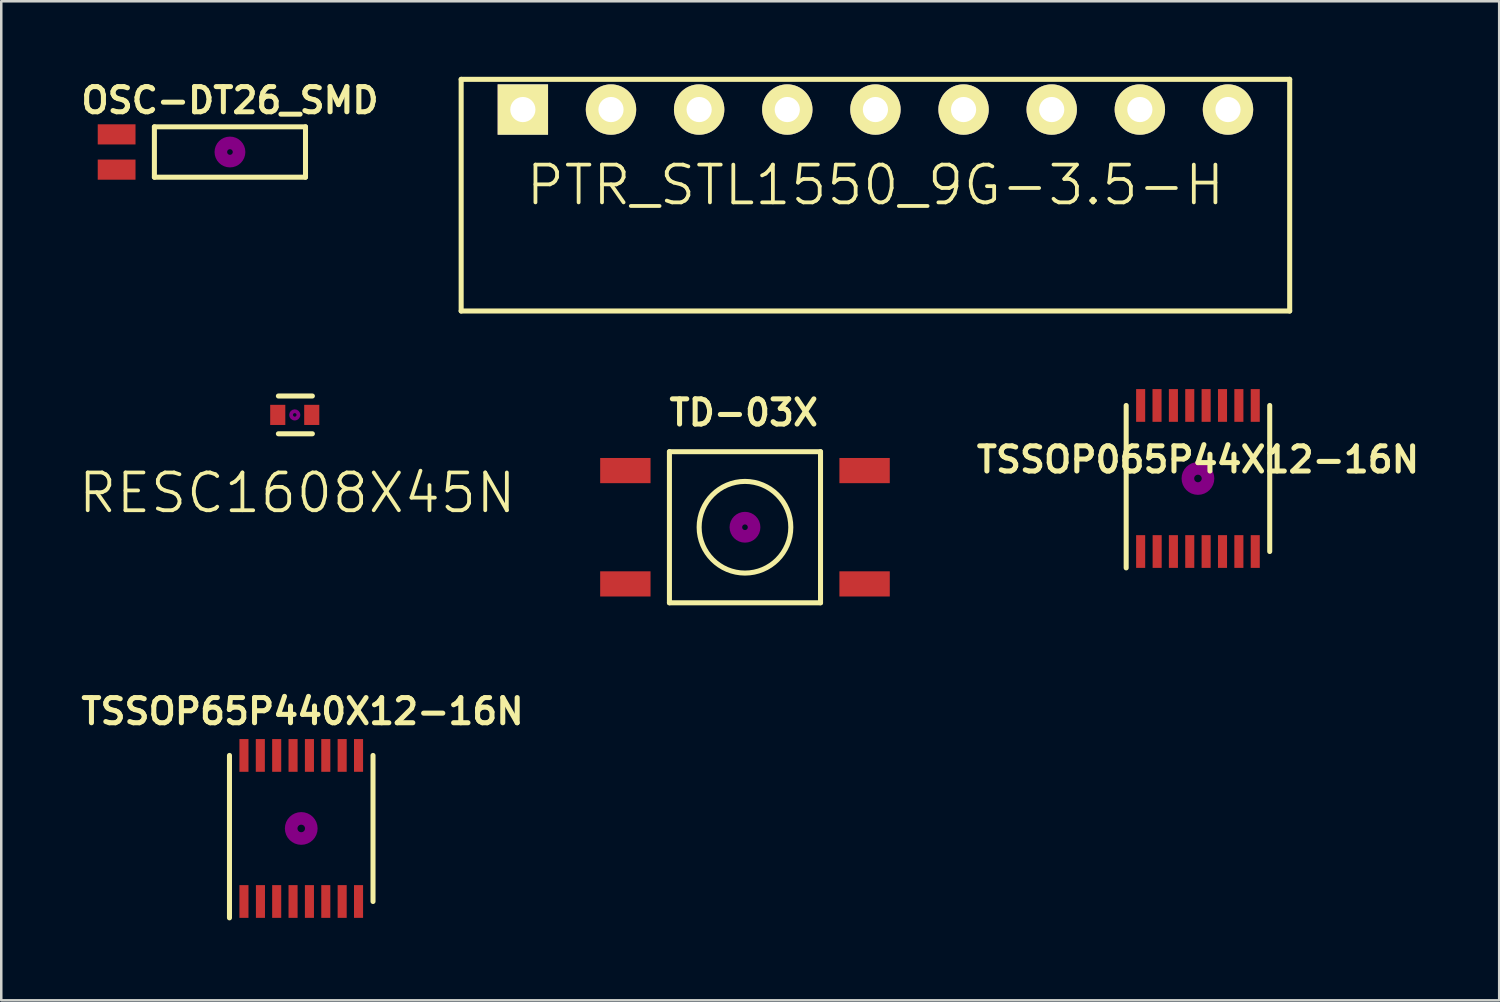
<source format=kicad_pcb>
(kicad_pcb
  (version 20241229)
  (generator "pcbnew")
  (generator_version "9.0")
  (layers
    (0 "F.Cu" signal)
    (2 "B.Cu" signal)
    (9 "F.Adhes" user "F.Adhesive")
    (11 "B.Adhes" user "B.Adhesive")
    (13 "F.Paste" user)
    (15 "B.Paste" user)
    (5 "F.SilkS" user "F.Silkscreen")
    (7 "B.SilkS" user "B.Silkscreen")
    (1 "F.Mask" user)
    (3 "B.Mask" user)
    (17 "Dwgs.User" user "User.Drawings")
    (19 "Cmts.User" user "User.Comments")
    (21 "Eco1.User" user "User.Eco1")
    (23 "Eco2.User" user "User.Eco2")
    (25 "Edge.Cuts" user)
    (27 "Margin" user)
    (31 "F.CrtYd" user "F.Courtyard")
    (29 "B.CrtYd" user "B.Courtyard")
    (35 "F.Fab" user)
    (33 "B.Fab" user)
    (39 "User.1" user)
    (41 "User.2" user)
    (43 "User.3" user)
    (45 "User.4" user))
  (footprint "TD-03X"
    (layer "F.Cu")
    (at 26.532 17.886)
    (property "Reference" "TD-03X" (at -0.05 -4.55 0) (layer "F.SilkS") (effects (font (size 1 1) (thickness 0.2))))
    (attr through_hole)
    (fp_line (start -3 -3) (end 3 -3) (stroke (width 0.2) (type solid)) (layer "F.SilkS"))
    (fp_line (start -3 3) (end -3 -3) (stroke (width 0.2) (type solid)) (layer "F.SilkS"))
    (fp_line (start 3 -3) (end 3 3) (stroke (width 0.2) (type solid)) (layer "F.SilkS"))
    (fp_line (start 3 3) (end -3 3) (stroke (width 0.2) (type solid)) (layer "F.SilkS"))
    (fp_circle (center 0 0) (end 1.75 -0.5) (stroke (width 0.2) (type solid)) (fill no) (layer "F.SilkS"))
    (fp_circle (center 0 0) (end 0.1 -0.05) (stroke (width 0.5) (type solid)) (fill no) (layer "F.Adhes"))
    (fp_line (start -6 -3.35) (end 6 -3.35) (stroke (width 0.05) (type solid)) (layer "Margin"))
    (fp_line (start -6 3.35) (end -6 -3.35) (stroke (width 0.05) (type solid)) (layer "Margin"))
    (fp_line (start 6 -3.35) (end 6 3.35) (stroke (width 0.05) (type solid)) (layer "Margin"))
    (fp_line (start 6 3.35) (end -6 3.35) (stroke (width 0.05) (type solid)) (layer "Margin"))
    (pad "1" smd rect (at -4.75 -2.25) (size 2 1) (layers "F.Cu" "F.Mask" "F.Paste"))
    (pad "1" smd rect (at 4.75 -2.25) (size 2 1) (layers "F.Cu" "F.Mask" "F.Paste"))
    (pad "2" smd rect (at -4.75 2.25) (size 2 1) (layers "F.Cu" "F.Mask" "F.Paste"))
    (pad "2" smd rect (at 4.75 2.25) (size 2 1) (layers "F.Cu" "F.Mask" "F.Paste")))
  (footprint "PTR_STL1550_9G-3.5-H"
    (layer "F.Cu")
    (at 31.712 1.3)
    (property "Reference" "PTR_STL1550_9G-3.5-H" (at 0 3 0) (layer "F.SilkS") (effects (font (size 1.5 1.5) (thickness 0.15))))
    (attr through_hole)
    (fp_line (start -16.45 -1.2) (end -16.45 8) (stroke (width 0.2) (type solid)) (layer "F.SilkS"))
    (fp_line (start -16.45 -1.2) (end 16.45 -1.2) (stroke (width 0.2) (type solid)) (layer "F.SilkS"))
    (fp_line (start 16.45 8) (end -16.45 8) (stroke (width 0.2) (type solid)) (layer "F.SilkS"))
    (fp_line (start 16.45 8) (end 16.45 -1.2) (stroke (width 0.2) (type solid)) (layer "F.SilkS"))
    (pad "1" thru_hole rect (at -14 0) (size 2 2) (drill 1) (layers "*.Cu" "*.Mask" "F.SilkS"))
    (pad "2" thru_hole circle (at -10.5 0) (size 2 2) (drill 1) (layers "*.Cu" "*.Mask" "F.SilkS"))
    (pad "3" thru_hole circle (at -7 0) (size 2 2) (drill 1) (layers "*.Cu" "*.Mask" "F.SilkS"))
    (pad "4" thru_hole circle (at -3.5 0) (size 2 2) (drill 1) (layers "*.Cu" "*.Mask" "F.SilkS"))
    (pad "5" thru_hole circle (at 0 0) (size 2 2) (drill 1) (layers "*.Cu" "*.Mask" "F.SilkS"))
    (pad "6" thru_hole circle (at 3.5 0) (size 2 2) (drill 1) (layers "*.Cu" "*.Mask" "F.SilkS"))
    (pad "7" thru_hole circle (at 7 0) (size 2 2) (drill 1) (layers "*.Cu" "*.Mask" "F.SilkS"))
    (pad "8" thru_hole circle (at 10.5 0) (size 2 2) (drill 1) (layers "*.Cu" "*.Mask" "F.SilkS"))
    (pad "9" thru_hole circle (at 14 0) (size 2 2) (drill 1) (layers "*.Cu" "*.Mask" "F.SilkS")))
  (footprint "TSSOP65P440X12-16N"
    (layer "F.Cu")
    (at 8.912 29.847)
    (property "Reference" "TSSOP65P440X12-16N" (at 0.05 -4.65 0) (layer "F.SilkS") (effects (font (size 1 1) (thickness 0.2))))
    (attr smd)
    (fp_line (start -2.85 3.55) (end -2.85 -2.9) (stroke (width 0.2) (type solid)) (layer "F.SilkS"))
    (fp_line (start 2.85 -2.9) (end 2.85 2.9) (stroke (width 0.2) (type solid)) (layer "F.SilkS"))
    (fp_circle (center 0 0) (end 0.15 0) (stroke (width 0.5) (type solid)) (fill no) (layer "F.Adhes"))
    (fp_line (start -3.2 -3.8) (end 3.2 -3.8) (stroke (width 0.05) (type solid)) (layer "Margin"))
    (fp_line (start -3.2 3.8) (end -3.2 -3.8) (stroke (width 0.05) (type solid)) (layer "Margin"))
    (fp_line (start 3.2 -3.8) (end 3.2 3.8) (stroke (width 0.05) (type solid)) (layer "Margin"))
    (fp_line (start 3.2 3.8) (end -3.2 3.8) (stroke (width 0.05) (type solid)) (layer "Margin"))
    (pad "1" smd rect (at -2.275 2.9) (size 0.36 1.3) (layers "F.Cu" "F.Mask" "F.Paste"))
    (pad "2" smd rect (at -1.62 2.9) (size 0.36 1.3) (layers "F.Cu" "F.Mask" "F.Paste"))
    (pad "3" smd rect (at -0.975 2.9) (size 0.36 1.3) (layers "F.Cu" "F.Mask" "F.Paste"))
    (pad "4" smd rect (at -0.325 2.9) (size 0.36 1.3) (layers "F.Cu" "F.Mask" "F.Paste"))
    (pad "5" smd rect (at 0.325 2.9) (size 0.36 1.3) (layers "F.Cu" "F.Mask" "F.Paste"))
    (pad "6" smd rect (at 0.975 2.9) (size 0.36 1.3) (layers "F.Cu" "F.Mask" "F.Paste"))
    (pad "7" smd rect (at 1.625 2.9) (size 0.36 1.3) (layers "F.Cu" "F.Mask" "F.Paste"))
    (pad "8" smd rect (at 2.275 2.9) (size 0.36 1.3) (layers "F.Cu" "F.Mask" "F.Paste"))
    (pad "9" smd rect (at 2.275 -2.9) (size 0.36 1.3) (layers "F.Cu" "F.Mask" "F.Paste"))
    (pad "10" smd rect (at 1.625 -2.9) (size 0.36 1.3) (layers "F.Cu" "F.Mask" "F.Paste"))
    (pad "11" smd rect (at 0.975 -2.9) (size 0.36 1.3) (layers "F.Cu" "F.Mask" "F.Paste"))
    (pad "12" smd rect (at 0.325 -2.9) (size 0.36 1.3) (layers "F.Cu" "F.Mask" "F.Paste"))
    (pad "13" smd rect (at -0.325 -2.9) (size 0.36 1.3) (layers "F.Cu" "F.Mask" "F.Paste"))
    (pad "14" smd rect (at -0.975 -2.9) (size 0.36 1.3) (layers "F.Cu" "F.Mask" "F.Paste"))
    (pad "15" smd rect (at -1.625 -2.9) (size 0.36 1.3) (layers "F.Cu" "F.Mask" "F.Paste"))
    (pad "16" smd rect (at -2.275 -2.9) (size 0.36 1.3) (layers "F.Cu" "F.Mask" "F.Paste")))
  (footprint "RESC1608X45N"
    (layer "F.Cu")
    (at 8.654 13.425)
    (property "Reference" "RESC1608X45N" (at 0.1 3.1 0) (layer "F.SilkS") (effects (font (size 1.5 1.5) (thickness 0.15))))
    (attr through_hole)
    (fp_line (start -0.65 -0.75) (end 0.7 -0.75) (stroke (width 0.2) (type solid)) (layer "F.SilkS"))
    (fp_line (start -0.65 0.75) (end 0.7 0.75) (stroke (width 0.2) (type solid)) (layer "F.SilkS"))
    (fp_circle (center 0 0) (end 0.05 -0.05) (stroke (width 0.15) (type solid)) (fill no) (layer "F.Adhes"))
    (fp_line (start -1.25 -1) (end 1.25 -1) (stroke (width 0.05) (type solid)) (layer "Margin"))
    (fp_line (start -1.25 1.1) (end -1.25 -1) (stroke (width 0.05) (type solid)) (layer "Margin"))
    (fp_line (start 1.25 -1) (end 1.25 1.1) (stroke (width 0.05) (type solid)) (layer "Margin"))
    (fp_line (start 1.25 1.1) (end -1.25 1.1) (stroke (width 0.05) (type solid)) (layer "Margin"))
    (pad "1" smd rect (at -0.675 0) (size 0.6 0.8) (layers "F.Cu" "F.Mask" "F.Paste"))
    (pad "2" smd rect (at 0.675 0) (size 0.6 0.8) (layers "F.Cu" "F.Mask" "F.Paste")))
  (footprint "TSSOP065P44X12-16N"
    (layer "F.Cu")
    (at 44.519 15.95)
    (property "Reference" "TSSOP065P44X12-16N" (at 0 -0.749 0) (layer "F.SilkS") (effects (font (size 1 1) (thickness 0.2))))
    (attr smd)
    (fp_line (start -2.85 3.55) (end -2.85 -2.9) (stroke (width 0.2) (type solid)) (layer "F.SilkS"))
    (fp_line (start 2.85 -2.9) (end 2.85 2.9) (stroke (width 0.2) (type solid)) (layer "F.SilkS"))
    (fp_circle (center 0 0) (end 0.15 0) (stroke (width 0.5) (type solid)) (fill no) (layer "F.Adhes"))
    (pad "1" smd rect (at -2.275 2.9) (size 0.36 1.3) (layers "F.Cu" "F.Mask" "F.Paste"))
    (pad "2" smd rect (at -1.62 2.9) (size 0.36 1.3) (layers "F.Cu" "F.Mask" "F.Paste"))
    (pad "3" smd rect (at -0.975 2.9) (size 0.36 1.3) (layers "F.Cu" "F.Mask" "F.Paste"))
    (pad "4" smd rect (at -0.325 2.9) (size 0.36 1.3) (layers "F.Cu" "F.Mask" "F.Paste"))
    (pad "5" smd rect (at 0.325 2.9) (size 0.36 1.3) (layers "F.Cu" "F.Mask" "F.Paste"))
    (pad "6" smd rect (at 0.975 2.9) (size 0.36 1.3) (layers "F.Cu" "F.Mask" "F.Paste"))
    (pad "7" smd rect (at 1.625 2.9) (size 0.36 1.3) (layers "F.Cu" "F.Mask" "F.Paste"))
    (pad "8" smd rect (at 2.275 2.9) (size 0.36 1.3) (layers "F.Cu" "F.Mask" "F.Paste"))
    (pad "9" smd rect (at 2.275 -2.9) (size 0.36 1.3) (layers "F.Cu" "F.Mask" "F.Paste"))
    (pad "10" smd rect (at 1.625 -2.9) (size 0.36 1.3) (layers "F.Cu" "F.Mask" "F.Paste"))
    (pad "11" smd rect (at 0.975 -2.9) (size 0.36 1.3) (layers "F.Cu" "F.Mask" "F.Paste"))
    (pad "12" smd rect (at 0.325 -2.9) (size 0.36 1.3) (layers "F.Cu" "F.Mask" "F.Paste"))
    (pad "13" smd rect (at -0.325 -2.9) (size 0.36 1.3) (layers "F.Cu" "F.Mask" "F.Paste"))
    (pad "14" smd rect (at -0.975 -2.9) (size 0.36 1.3) (layers "F.Cu" "F.Mask" "F.Paste"))
    (pad "15" smd rect (at -1.625 -2.9) (size 0.36 1.3) (layers "F.Cu" "F.Mask" "F.Paste"))
    (pad "16" smd rect (at -2.275 -2.9) (size 0.36 1.3) (layers "F.Cu" "F.Mask" "F.Paste")))
  (footprint "OSC-DT26_SMD"
    (layer "F.Cu")
    (at 6.081 2.986)
    (property "Reference" "OSC-DT26_SMD" (at 0 -2.05 0) (layer "F.SilkS") (effects (font (size 1 1) (thickness 0.2))))
    (attr through_hole)
    (fp_line (start -3 -1) (end -3 1) (stroke (width 0.2) (type solid)) (layer "F.SilkS"))
    (fp_line (start -3 1) (end 3 1) (stroke (width 0.2) (type solid)) (layer "F.SilkS"))
    (fp_line (start 3 -1) (end -3 -1) (stroke (width 0.2) (type solid)) (layer "F.SilkS"))
    (fp_line (start 3 1) (end 3 -1) (stroke (width 0.2) (type solid)) (layer "F.SilkS"))
    (fp_circle (center 0 0) (end 0.1 -0.05) (stroke (width 0.5) (type solid)) (fill no) (layer "F.Adhes"))
    (fp_line (start -5.5 -1.35) (end -5.5 1.35) (stroke (width 0.05) (type solid)) (layer "Margin"))
    (fp_line (start -5.5 -1.35) (end 3.35 -1.35) (stroke (width 0.05) (type solid)) (layer "Margin"))
    (fp_line (start 3.35 -1.35) (end 3.35 1.35) (stroke (width 0.05) (type solid)) (layer "Margin"))
    (fp_line (start 3.35 1.35) (end -5.5 1.35) (stroke (width 0.05) (type solid)) (layer "Margin"))
    (pad "1" smd rect (at -4.5 -0.7) (size 1.5 0.8) (layers "F.Cu" "F.Mask" "F.Paste"))
    (pad "2" smd rect (at -4.5 0.7) (size 1.5 0.8) (layers "F.Cu" "F.Mask" "F.Paste")))
  (gr_rect
    (start -3 -3)
    (end 56.481 36.672)
    (stroke (width 0.1) (type default))
    (fill no)
    (layer "Edge.Cuts")))
</source>
